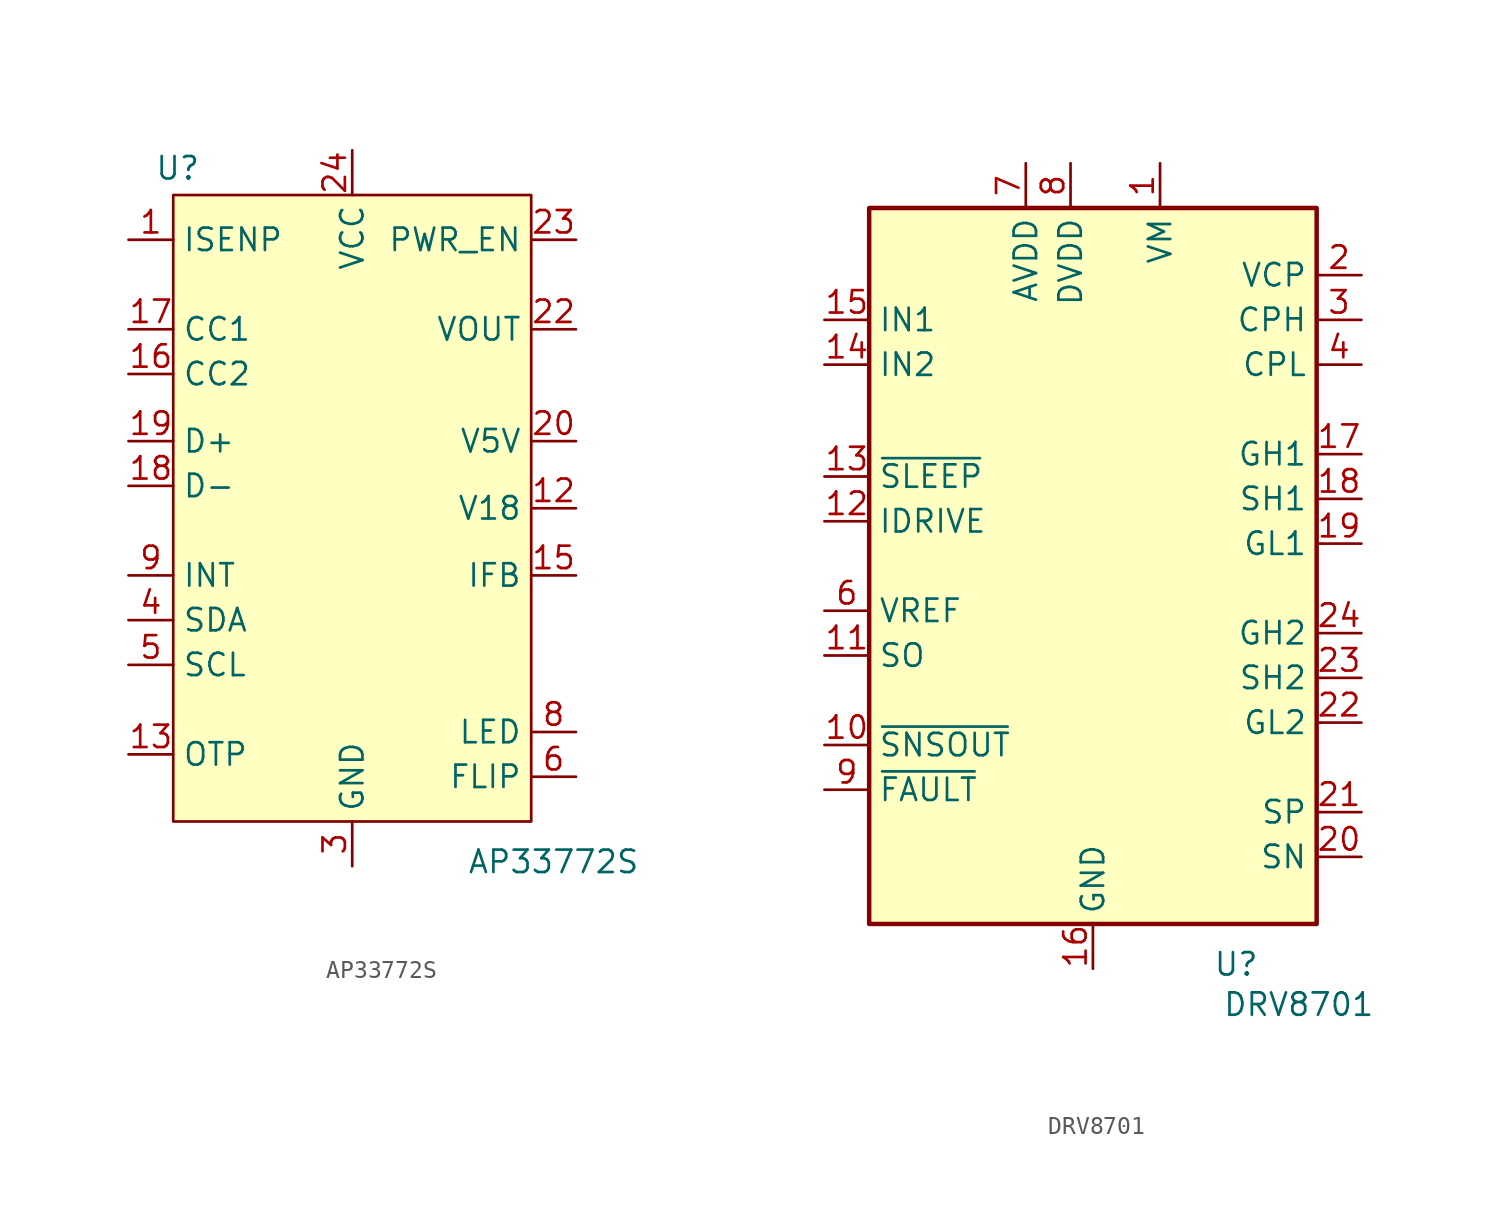
<source format=kicad_sym>
(kicad_symbol_lib
  (version 20241209)
  (generator "kicad_symbol_editor")
  (generator_version "9.0")
  (symbol "AP33772S"
    (property "Reference" "U"
      (at -9.906 19.304 0)
      (effects (font (size 1.27 1.27))))
    (property "Value" "AP33772S"
      (at 11.43 -20.066 0)
      (effects (font (size 1.27 1.27))))
    (symbol "AP33772S_1_1"
      (rectangle (start -10.16 17.78) (end 10.16 -17.78) (stroke (width 0) (type default)) (fill (type background)))
      (pin bidirectional line (at -12.7 15.24 0) (length 2.54) (name "ISENP" (effects (font (size 1.27 1.27)))) (number "1" (effects (font (size 1.27 1.27)))))
      (pin bidirectional line (at -12.7 10.16 0) (length 2.54) (name "CC1" (effects (font (size 1.27 1.27)))) (number "17" (effects (font (size 1.27 1.27)))))
      (pin bidirectional line (at -12.7 7.62 0) (length 2.54) (name "CC2" (effects (font (size 1.27 1.27)))) (number "16" (effects (font (size 1.27 1.27)))))
      (pin bidirectional line (at -12.7 3.81 0) (length 2.54) (name "D+" (effects (font (size 1.27 1.27)))) (number "19" (effects (font (size 1.27 1.27)))))
      (pin bidirectional line (at -12.7 1.27 0) (length 2.54) (name "D-" (effects (font (size 1.27 1.27)))) (number "18" (effects (font (size 1.27 1.27)))))
      (pin output line (at -12.7 -3.81 0) (length 2.54) (name "INT" (effects (font (size 1.27 1.27)))) (number "9" (effects (font (size 1.27 1.27)))))
      (pin bidirectional line (at -12.7 -6.35 0) (length 2.54) (name "SDA" (effects (font (size 1.27 1.27)))) (number "4" (effects (font (size 1.27 1.27)))))
      (pin bidirectional line (at -12.7 -8.89 0) (length 2.54) (name "SCL" (effects (font (size 1.27 1.27)))) (number "5" (effects (font (size 1.27 1.27)))))
      (pin output line (at -12.7 -13.97 0) (length 2.54) (name "OTP" (effects (font (size 1.27 1.27)))) (number "13" (effects (font (size 1.27 1.27)))))
      (pin no_connect line (at -10.16 -16.51 0) (length 2.54) (hide yes) (name "NC" (effects (font (size 1.27 1.27)))) (number "10" (effects (font (size 1.27 1.27)))))
      (pin no_connect line (at -10.16 -17.78 0) (length 2.54) (hide yes) (name "NC" (effects (font (size 1.27 1.27)))) (number "11" (effects (font (size 1.27 1.27)))))
      (pin power_in line (at 0 20.32 270) (length 2.54) (name "VCC" (effects (font (size 1.27 1.27)))) (number "24" (effects (font (size 1.27 1.27)))))
      (pin passive line (at 0 -20.32 90) (length 2.54) (hide yes) (name "GND" (effects (font (size 1.27 1.27)))) (number "25" (effects (font (size 1.27 1.27)))))
      (pin power_in line (at 0 -20.32 90) (length 2.54) (name "GND" (effects (font (size 1.27 1.27)))) (number "3" (effects (font (size 1.27 1.27)))))
      (pin no_connect line (at 10.16 -6.35 180) (length 2.54) (hide yes) (name "NC" (effects (font (size 1.27 1.27)))) (number "2" (effects (font (size 1.27 1.27)))))
      (pin no_connect line (at 10.16 -7.62 180) (length 2.54) (hide yes) (name "NC" (effects (font (size 1.27 1.27)))) (number "21" (effects (font (size 1.27 1.27)))))
      (pin no_connect line (at 10.16 -8.89 180) (length 2.54) (hide yes) (name "NC" (effects (font (size 1.27 1.27)))) (number "7" (effects (font (size 1.27 1.27)))))
      (pin no_connect line (at 10.16 -17.78 180) (length 2.54) (hide yes) (name "NC" (effects (font (size 1.27 1.27)))) (number "14" (effects (font (size 1.27 1.27)))))
      (pin output line (at 12.7 15.24 180) (length 2.54) (name "PWR_EN" (effects (font (size 1.27 1.27)))) (number "23" (effects (font (size 1.27 1.27)))))
      (pin input line (at 12.7 10.16 180) (length 2.54) (name "VOUT" (effects (font (size 1.27 1.27)))) (number "22" (effects (font (size 1.27 1.27)))))
      (pin power_out line (at 12.7 3.81 180) (length 2.54) (name "V5V" (effects (font (size 1.27 1.27)))) (number "20" (effects (font (size 1.27 1.27)))))
      (pin power_out line (at 12.7 0 180) (length 2.54) (name "V18" (effects (font (size 1.27 1.27)))) (number "12" (effects (font (size 1.27 1.27)))))
      (pin input line (at 12.7 -3.81 180) (length 2.54) (name "IFB" (effects (font (size 1.27 1.27)))) (number "15" (effects (font (size 1.27 1.27)))))
      (pin output line (at 12.7 -12.7 180) (length 2.54) (name "LED" (effects (font (size 1.27 1.27)))) (number "8" (effects (font (size 1.27 1.27)))))
      (pin output line (at 12.7 -15.24 180) (length 2.54) (name "FLIP" (effects (font (size 1.27 1.27)))) (number "6" (effects (font (size 1.27 1.27)))))))
  (symbol "DRV8701"
    (property "Reference" "U"
      (at 8.128 -22.606 0)
      (effects (font (size 1.27 1.27))))
    (property "Value" "DRV8701"
      (at 11.684 -24.892 0)
      (effects (font (size 1.27 1.27))))
    (symbol "DRV8701_0_0"
      (pin input line (at -15.24 5.08 0) (length 2.54) (name "~{SLEEP}" (effects (font (size 1.27 1.27)))) (number "13" (effects (font (size 1.27 1.27)))))
      (pin input line (at -15.24 2.54 0) (length 2.54) (name "IDRIVE" (effects (font (size 1.27 1.27)))) (number "12" (effects (font (size 1.27 1.27)))))
      (pin input line (at -15.24 -2.54 0) (length 2.54) (name "VREF" (effects (font (size 1.27 1.27)))) (number "6" (effects (font (size 1.27 1.27)))))
      (pin output line (at -15.24 -5.08 0) (length 2.54) (name "SO" (effects (font (size 1.27 1.27)))) (number "11" (effects (font (size 1.27 1.27)))))
      (pin open_collector line (at -15.24 -10.16 0) (length 2.54) (name "~{SNSOUT}" (effects (font (size 1.27 1.27)))) (number "10" (effects (font (size 1.27 1.27)))))
      (pin open_collector line (at -15.24 -12.7 0) (length 2.54) (name "~{FAULT}" (effects (font (size 1.27 1.27)))) (number "9" (effects (font (size 1.27 1.27)))))
      (pin power_out line (at -3.81 22.86 270) (length 2.54) (name "AVDD" (effects (font (size 1.27 1.27)))) (number "7" (effects (font (size 1.27 1.27)))))
      (pin power_out line (at -1.27 22.86 270) (length 2.54) (name "DVDD" (effects (font (size 1.27 1.27)))) (number "8" (effects (font (size 1.27 1.27)))))
      (pin power_in line (at 3.81 22.86 270) (length 2.54) (name "VM" (effects (font (size 1.27 1.27)))) (number "1" (effects (font (size 1.27 1.27)))))
      (pin output line (at 15.24 16.51 180) (length 2.54) (name "VCP" (effects (font (size 1.27 1.27)))) (number "2" (effects (font (size 1.27 1.27)))))
      (pin output line (at 15.24 13.97 180) (length 2.54) (name "CPH" (effects (font (size 1.27 1.27)))) (number "3" (effects (font (size 1.27 1.27)))))
      (pin output line (at 15.24 11.43 180) (length 2.54) (name "CPL" (effects (font (size 1.27 1.27)))) (number "4" (effects (font (size 1.27 1.27)))))
      (pin output line (at 15.24 6.35 180) (length 2.54) (name "GH1" (effects (font (size 1.27 1.27)))) (number "17" (effects (font (size 1.27 1.27)))))
      (pin input line (at 15.24 3.81 180) (length 2.54) (name "SH1" (effects (font (size 1.27 1.27)))) (number "18" (effects (font (size 1.27 1.27)))))
      (pin output line (at 15.24 1.27 180) (length 2.54) (name "GL1" (effects (font (size 1.27 1.27)))) (number "19" (effects (font (size 1.27 1.27)))))
      (pin output line (at 15.24 -3.81 180) (length 2.54) (name "GH2" (effects (font (size 1.27 1.27)))) (number "24" (effects (font (size 1.27 1.27)))))
      (pin input line (at 15.24 -6.35 180) (length 2.54) (name "SH2" (effects (font (size 1.27 1.27)))) (number "23" (effects (font (size 1.27 1.27)))))
      (pin output line (at 15.24 -8.89 180) (length 2.54) (name "GL2" (effects (font (size 1.27 1.27)))) (number "22" (effects (font (size 1.27 1.27)))))
      (pin input line (at 15.24 -13.97 180) (length 2.54) (name "SP" (effects (font (size 1.27 1.27)))) (number "21" (effects (font (size 1.27 1.27)))))
      (pin input line (at 15.24 -16.51 180) (length 2.54) (name "SN" (effects (font (size 1.27 1.27)))) (number "20" (effects (font (size 1.27 1.27))))))
    (symbol "DRV8701_1_0"
      (pin input line (at -15.24 13.97 0) (length 2.54) (name "IN1" (effects (font (size 1.27 1.27)))) (number "15" (effects (font (size 1.27 1.27)))) (alternate "PH" input line))
      (pin input line (at -15.24 11.43 0) (length 2.54) (name "IN2" (effects (font (size 1.27 1.27)))) (number "14" (effects (font (size 1.27 1.27)))) (alternate "EN" input line))
      (pin power_in line (at 0 -22.86 90) (length 2.54) (name "GND" (effects (font (size 1.27 1.27)))) (number "16" (effects (font (size 1.27 1.27)))))
      (pin power_in line (at 0 -22.86 90) (length 2.54) (hide yes) (name "GND" (effects (font (size 1.27 1.27)))) (number "25" (effects (font (size 1.27 1.27)))))
      (pin power_in line (at 0 -22.86 90) (length 2.54) (hide yes) (name "GND" (effects (font (size 1.27 1.27)))) (number "5" (effects (font (size 1.27 1.27))))))
    (symbol "DRV8701_1_1"
      (rectangle (start -12.7 20.32) (end 12.7 -20.32) (stroke (width 0.254) (type solid)) (fill (type background))))))
</source>
